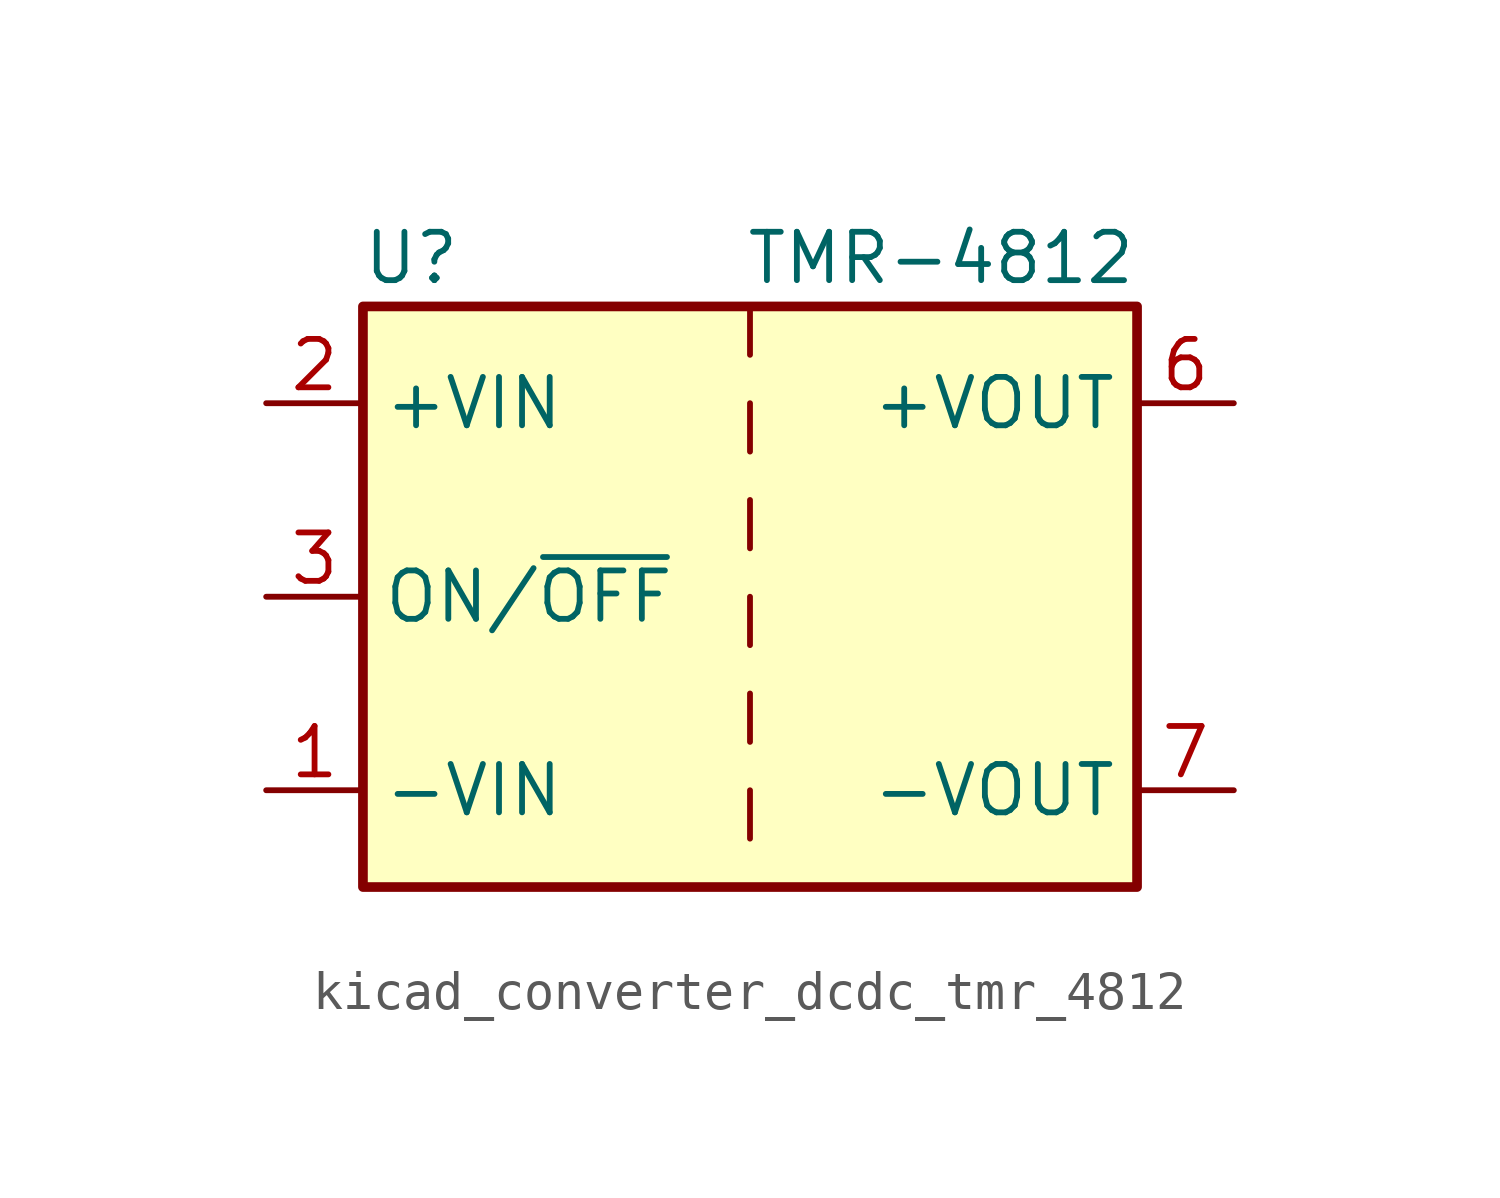
<source format=kicad_sym>
(kicad_symbol_lib
  (version 20220914)
  (generator kicad_symbol_editor)
  (symbol "kicad_converter_dcdc_tmr_4812"
    (property "Reference" "U"
      (at -8.89 8.89 0)
      (effects (font (size 1.27 1.27))))
    (property "Value" "TMR-4812"
      (at 10.16 8.89 0)
      (effects (font (size 1.27 1.27)) (justify right)))
    (symbol "kicad_converter_dcdc_tmr_4812_0_1"
      (rectangle (start -10.16 7.62) (end 10.16 -7.62) (stroke (width 0.254) (type default)) (fill (type background)))
      (polyline (pts (xy 0 -5.08) (xy 0 -6.35)) (stroke (width 0) (type default)) (fill (type none)))
      (polyline (pts (xy 0 -2.54) (xy 0 -3.81)) (stroke (width 0) (type default)) (fill (type none)))
      (polyline (pts (xy 0 0) (xy 0 -1.27)) (stroke (width 0) (type default)) (fill (type none)))
      (polyline (pts (xy 0 2.54) (xy 0 1.27)) (stroke (width 0) (type default)) (fill (type none)))
      (polyline (pts (xy 0 5.08) (xy 0 3.81)) (stroke (width 0) (type default)) (fill (type none)))
      (polyline (pts (xy 0 7.62) (xy 0 6.35)) (stroke (width 0) (type default)) (fill (type none))))
    (symbol "kicad_converter_dcdc_tmr_4812_1_1"
      (pin power_in line (at -12.7 -5.08 0) (length 2.54) (name "-VIN" (effects (font (size 1.27 1.27)))) (number "1" (effects (font (size 1.27 1.27)))))
      (pin power_in line (at -12.7 5.08 0) (length 2.54) (name "+VIN" (effects (font (size 1.27 1.27)))) (number "2" (effects (font (size 1.27 1.27)))))
      (pin input line (at -12.7 0 0) (length 2.54) (name "ON/~{OFF}" (effects (font (size 1.27 1.27)))) (number "3" (effects (font (size 1.27 1.27)))))
      (pin no_connect line (at 10.16 2.54 180) (length 2.54) hide (name "NC" (effects (font (size 1.27 1.27)))) (number "5" (effects (font (size 1.27 1.27)))))
      (pin power_out line (at 12.7 5.08 180) (length 2.54) (name "+VOUT" (effects (font (size 1.27 1.27)))) (number "6" (effects (font (size 1.27 1.27)))))
      (pin power_out line (at 12.7 -5.08 180) (length 2.54) (name "-VOUT" (effects (font (size 1.27 1.27)))) (number "7" (effects (font (size 1.27 1.27)))))
      (pin no_connect line (at 10.16 0 180) (length 2.54) hide (name "NC" (effects (font (size 1.27 1.27)))) (number "8" (effects (font (size 1.27 1.27))))))))
</source>
